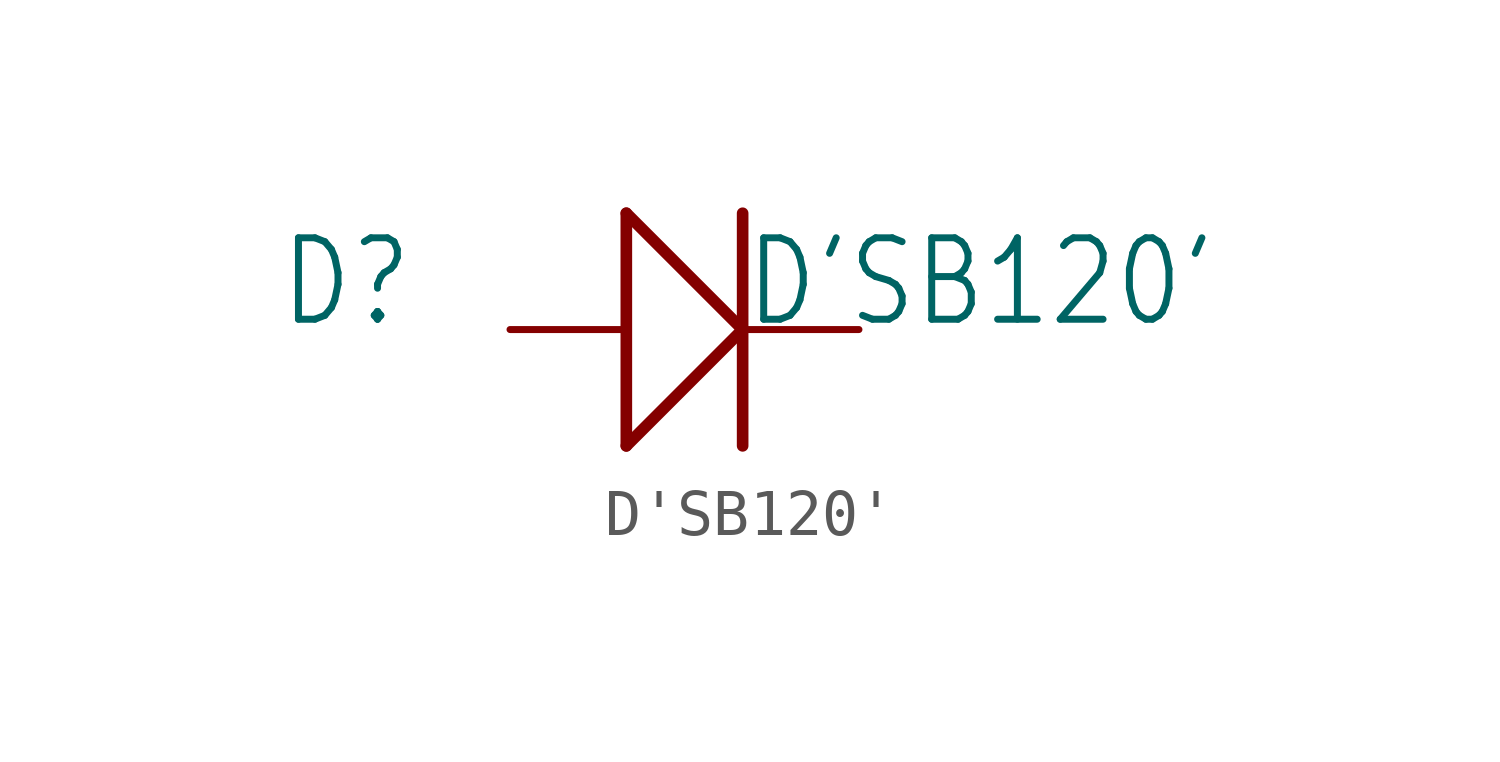
<source format=kicad_sym>
(kicad_symbol_lib
  (version 20211014)
  (generator kicad_symbol_editor)
  (symbol "D'SB120'"
    (property "Reference" "D"
      (at -8.89 0 0)
      (effects (font (size 1.778 1.511)) (justify left bottom)))
    (property "Value" "D'SB120'"
      (at 1.27 0 0)
      (effects (font (size 1.778 1.511)) (justify left bottom)))
    (property "ki_locked" ""
      (at 0 0 0)
      (effects (font (size 1.27 1.27))))
    (symbol "D'SB120'_1_0"
      (polyline (pts (xy -1.27 -2.54) (xy -1.27 2.54)) (stroke (width 0.254) (type default) (color 0 0 0 0)) (fill (type none)))
      (polyline (pts (xy -1.27 -2.54) (xy 1.27 0)) (stroke (width 0.254) (type default) (color 0 0 0 0)) (fill (type none)))
      (polyline (pts (xy -1.27 2.54) (xy 1.27 0)) (stroke (width 0.254) (type default) (color 0 0 0 0)) (fill (type none)))
      (polyline (pts (xy 1.27 2.54) (xy 1.27 -2.54)) (stroke (width 0.254) (type default) (color 0 0 0 0)) (fill (type none)))
      (pin passive line (at -3.81 0 0) (length 2.54) (name "+" (effects (font (size 0 0)))) (number "1" (effects (font (size 0 0)))))
      (pin passive line (at 3.81 0 180) (length 2.54) (name "-" (effects (font (size 0 0)))) (number "2" (effects (font (size 0 0))))))))
</source>
